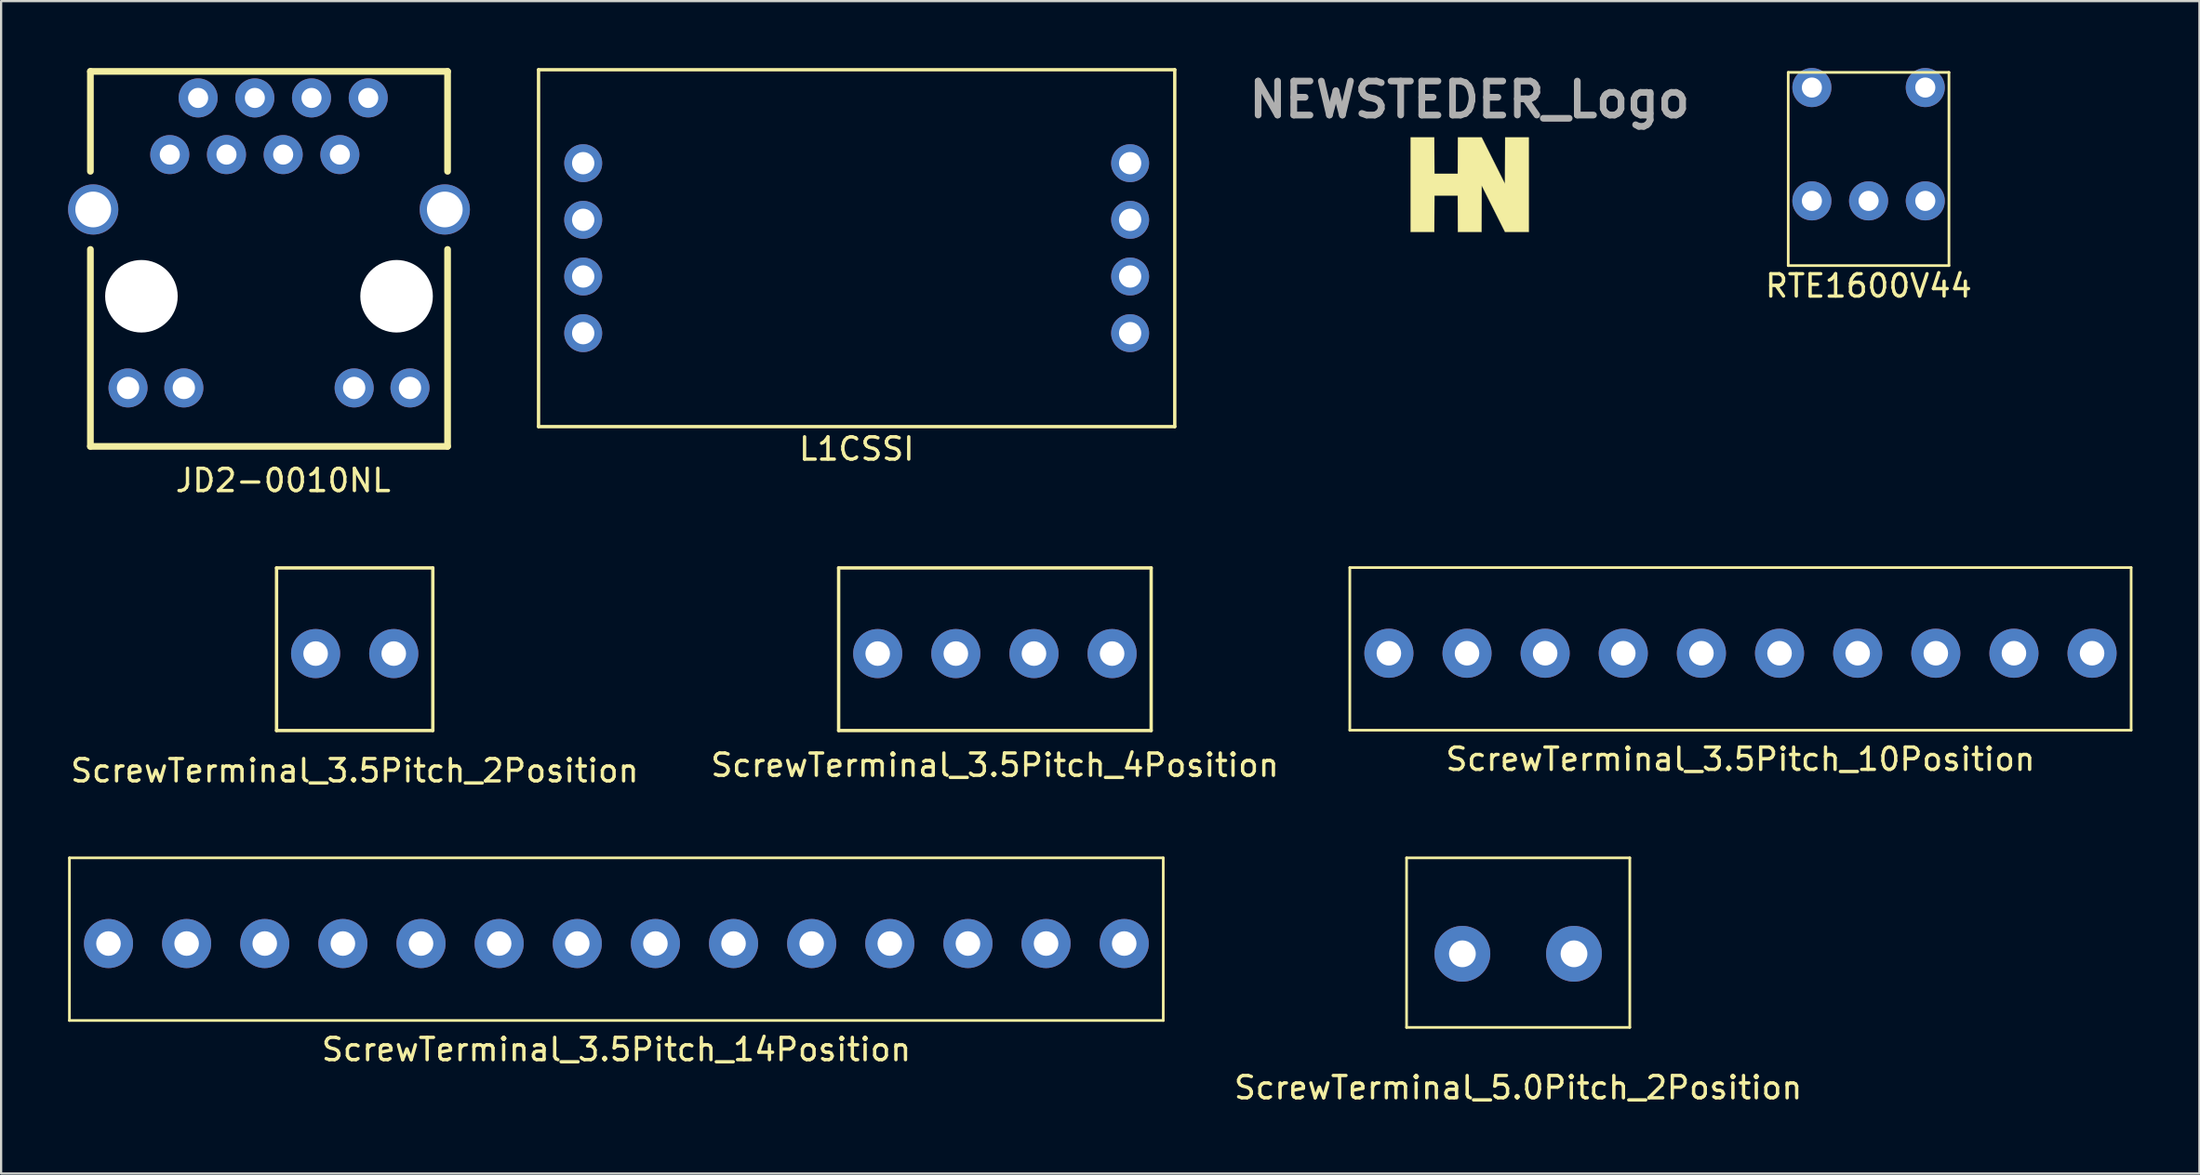
<source format=kicad_pcb>
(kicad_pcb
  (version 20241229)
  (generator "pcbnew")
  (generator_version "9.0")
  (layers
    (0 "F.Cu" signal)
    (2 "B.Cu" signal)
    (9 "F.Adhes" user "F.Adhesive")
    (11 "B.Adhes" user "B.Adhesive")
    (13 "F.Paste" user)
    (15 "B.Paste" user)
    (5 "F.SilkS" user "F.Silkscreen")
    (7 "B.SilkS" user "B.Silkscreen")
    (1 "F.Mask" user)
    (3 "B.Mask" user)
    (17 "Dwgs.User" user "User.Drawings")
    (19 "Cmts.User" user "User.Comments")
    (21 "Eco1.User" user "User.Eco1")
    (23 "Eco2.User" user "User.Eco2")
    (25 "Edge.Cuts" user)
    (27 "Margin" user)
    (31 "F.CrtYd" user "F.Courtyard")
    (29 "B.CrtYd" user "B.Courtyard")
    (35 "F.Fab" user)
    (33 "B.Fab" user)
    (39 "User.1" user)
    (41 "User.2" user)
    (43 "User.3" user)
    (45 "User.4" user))
  (footprint "ScrewTerminal_5.0Pitch_2Position"
    (layer "F.Cu")
    (at 64.959 39.706)
    (property "Reference" "ScrewTerminal_5.0Pitch_2Position" (at 0 6 0) (layer "F.SilkS") (effects (font (size 1 1) (thickness 0.15))))
    (attr through_hole)
    (fp_line (start -5 -4.3) (end -5 3.3) (stroke (width 0.12) (type solid)) (layer "F.SilkS"))
    (fp_line (start -5 -4.3) (end 5 -4.3) (stroke (width 0.12) (type solid)) (layer "F.SilkS"))
    (fp_line (start 5 -4.3) (end 5 3.3) (stroke (width 0.12) (type solid)) (layer "F.SilkS"))
    (fp_line (start 5 3.3) (end -5 3.3) (stroke (width 0.12) (type solid)) (layer "F.SilkS"))
    (pad "1" thru_hole circle (at 2.5 0) (size 2.5 2.5) (drill 1.2) (layers "*.Cu" "*.Mask"))
    (pad "2" thru_hole circle (at -2.5 0) (size 2.5 2.5) (drill 1.2) (layers "*.Cu" "*.Mask")))
  (footprint "RTE1600V44"
    (layer "F.Cu")
    (at 80.656 3.415)
    (property "Reference" "RTE1600V44" (at 0 6.35 0) (layer "F.SilkS") (effects (font (size 1 1) (thickness 0.15))))
    (attr through_hole)
    (fp_line (start -3.6 -3.22) (end -3.6 5.44) (stroke (width 0.12) (type solid)) (layer "F.SilkS"))
    (fp_line (start -3.6 -3.22) (end 3.6 -3.22) (stroke (width 0.12) (type solid)) (layer "F.SilkS"))
    (fp_line (start -3.6 5.44) (end 3.6 5.44) (stroke (width 0.12) (type solid)) (layer "F.SilkS"))
    (fp_line (start 3.6 -3.22) (end 3.6 5.44) (stroke (width 0.12) (type solid)) (layer "F.SilkS"))
    (pad "1" thru_hole circle (at -2.54 2.54) (size 1.75 1.75) (drill 0.9) (layers "*.Cu" "*.Mask"))
    (pad "2" thru_hole circle (at 2.54 -2.54) (size 1.75 1.75) (drill 0.9) (layers "*.Cu" "*.Mask"))
    (pad "4" thru_hole circle (at 2.54 2.54) (size 1.75 1.75) (drill 0.9) (layers "*.Cu" "*.Mask"))
    (pad "8" thru_hole circle (at -2.54 -2.54) (size 1.75 1.75) (drill 0.9) (layers "*.Cu" "*.Mask"))
    (pad "C" thru_hole circle (at 0 2.54) (size 1.75 1.75) (drill 0.9) (layers "*.Cu" "*.Mask")))
  (footprint "JD2-0010NL"
    (layer "F.Cu")
    (at 4.555 3.88)
    (property "Reference" "JD2-0010NL" (at 5.08 14.605 0) (layer "F.SilkS") (effects (font (size 1 1) (thickness 0.15))))
    (attr through_hole)
    (fp_line (start -3.555 -3.73) (end -3.555 0.75) (stroke (width 0.3) (type solid)) (layer "F.SilkS"))
    (fp_line (start -3.555 -3.73) (end 12.445 -3.73) (stroke (width 0.3) (type solid)) (layer "F.SilkS"))
    (fp_line (start -3.555 13.08) (end -3.555 4.25) (stroke (width 0.3) (type solid)) (layer "F.SilkS"))
    (fp_line (start -3.555 13.08) (end 12.445 13.08) (stroke (width 0.3) (type solid)) (layer "F.SilkS"))
    (fp_line (start 12.445 -3.73) (end 12.445 0.75) (stroke (width 0.3) (type solid)) (layer "F.SilkS"))
    (fp_line (start 12.445 13.08) (end 12.445 4.25) (stroke (width 0.3) (type solid)) (layer "F.SilkS"))
    (pad "" np_thru_hole circle (at -1.27 6.35) (size 3.25 3.25) (drill 3.25) (layers "*.Cu" "*.Mask"))
    (pad "" np_thru_hole circle (at 10.16 6.35) (size 3.25 3.25) (drill 3.25) (layers "*.Cu" "*.Mask"))
    (pad "1" thru_hole circle (at 0 0) (size 1.75 1.75) (drill 0.9) (layers "*.Cu" "*.Mask"))
    (pad "2" thru_hole circle (at 1.27 -2.54) (size 1.75 1.75) (drill 0.9) (layers "*.Cu" "*.Mask"))
    (pad "3" thru_hole circle (at 2.54 0) (size 1.75 1.75) (drill 0.9) (layers "*.Cu" "*.Mask"))
    (pad "4" thru_hole circle (at 3.81 -2.54) (size 1.75 1.75) (drill 0.9) (layers "*.Cu" "*.Mask"))
    (pad "5" thru_hole circle (at 5.08 0) (size 1.75 1.75) (drill 0.9) (layers "*.Cu" "*.Mask"))
    (pad "6" thru_hole circle (at 6.35 -2.54) (size 1.75 1.75) (drill 0.9) (layers "*.Cu" "*.Mask"))
    (pad "7" thru_hole circle (at 7.62 0) (size 1.75 1.75) (drill 0.9) (layers "*.Cu" "*.Mask"))
    (pad "8" thru_hole circle (at 8.89 -2.54) (size 1.75 1.75) (drill 0.9) (layers "*.Cu" "*.Mask"))
    (pad "9" thru_hole circle (at -1.87 10.46) (size 1.75 1.75) (drill 1) (layers "*.Cu" "*.Mask"))
    (pad "10" thru_hole circle (at 0.63 10.46) (size 1.75 1.75) (drill 1) (layers "*.Cu" "*.Mask"))
    (pad "11" thru_hole circle (at 8.26 10.46) (size 1.75 1.75) (drill 1) (layers "*.Cu" "*.Mask"))
    (pad "12" thru_hole circle (at 10.76 10.46) (size 1.75 1.75) (drill 1) (layers "*.Cu" "*.Mask"))
    (pad "SH" thru_hole circle (at -3.43 2.46) (size 2.25 2.25) (drill 1.6) (layers "*.Cu" "*.Mask"))
    (pad "SH" thru_hole circle (at 12.32 2.46) (size 2.25 2.25) (drill 1.6) (layers "*.Cu" "*.Mask")))
  (footprint "ScrewTerminal_3.5Pitch_10Position"
    (layer "F.Cu")
    (at 74.917 26.233)
    (property "Reference" "ScrewTerminal_3.5Pitch_10Position" (at 0 4.75 0) (layer "F.SilkS") (effects (font (size 1 1) (thickness 0.15))))
    (attr through_hole)
    (fp_line (start -17.5 -3.84) (end -17.5 3.45) (stroke (width 0.12) (type solid)) (layer "F.SilkS"))
    (fp_line (start -17.5 -3.84) (end 17.5 -3.84) (stroke (width 0.12) (type solid)) (layer "F.SilkS"))
    (fp_line (start 17.5 -3.84) (end 17.5 3.45) (stroke (width 0.12) (type solid)) (layer "F.SilkS"))
    (fp_line (start 17.5 3.45) (end -17.5 3.45) (stroke (width 0.12) (type solid)) (layer "F.SilkS"))
    (pad "1" thru_hole circle (at 15.75 0) (size 2.2 2.2) (drill 1.1) (layers "*.Cu" "*.Mask"))
    (pad "2" thru_hole circle (at 12.25 0) (size 2.2 2.2) (drill 1.1) (layers "*.Cu" "*.Mask"))
    (pad "3" thru_hole circle (at 8.75 0) (size 2.2 2.2) (drill 1.1) (layers "*.Cu" "*.Mask"))
    (pad "4" thru_hole circle (at 5.25 0) (size 2.2 2.2) (drill 1.1) (layers "*.Cu" "*.Mask"))
    (pad "5" thru_hole circle (at 1.75 0) (size 2.2 2.2) (drill 1.1) (layers "*.Cu" "*.Mask"))
    (pad "6" thru_hole circle (at -1.75 0) (size 2.2 2.2) (drill 1.1) (layers "*.Cu" "*.Mask"))
    (pad "7" thru_hole circle (at -5.25 0) (size 2.2 2.2) (drill 1.1) (layers "*.Cu" "*.Mask"))
    (pad "8" thru_hole circle (at -8.75 0) (size 2.2 2.2) (drill 1.1) (layers "*.Cu" "*.Mask"))
    (pad "9" thru_hole circle (at -12.25 0) (size 2.2 2.2) (drill 1.1) (layers "*.Cu" "*.Mask"))
    (pad "10" thru_hole circle (at -15.75 0) (size 2.2 2.2) (drill 1.1) (layers "*.Cu" "*.Mask")))
  (footprint "ScrewTerminal_3.5Pitch_14Position"
    (layer "F.Cu")
    (at 24.56 39.246)
    (property "Reference" "ScrewTerminal_3.5Pitch_14Position" (at 0 4.75 0) (layer "F.SilkS") (effects (font (size 1 1) (thickness 0.15))))
    (attr through_hole)
    (fp_line (start -24.5 -3.84) (end -24.5 3.45) (stroke (width 0.12) (type solid)) (layer "F.SilkS"))
    (fp_line (start -24.5 -3.84) (end 24.5 -3.84) (stroke (width 0.12) (type solid)) (layer "F.SilkS"))
    (fp_line (start 24.5 -3.84) (end 24.5 3.45) (stroke (width 0.12) (type solid)) (layer "F.SilkS"))
    (fp_line (start 24.5 3.45) (end -24.5 3.45) (stroke (width 0.12) (type solid)) (layer "F.SilkS"))
    (pad "1" thru_hole circle (at 22.75 0) (size 2.2 2.2) (drill 1.1) (layers "*.Cu" "*.Mask"))
    (pad "2" thru_hole circle (at 19.25 0) (size 2.2 2.2) (drill 1.1) (layers "*.Cu" "*.Mask"))
    (pad "3" thru_hole circle (at 15.75 0) (size 2.2 2.2) (drill 1.1) (layers "*.Cu" "*.Mask"))
    (pad "4" thru_hole circle (at 12.25 0) (size 2.2 2.2) (drill 1.1) (layers "*.Cu" "*.Mask"))
    (pad "5" thru_hole circle (at 8.75 0) (size 2.2 2.2) (drill 1.1) (layers "*.Cu" "*.Mask"))
    (pad "6" thru_hole circle (at 5.25 0) (size 2.2 2.2) (drill 1.1) (layers "*.Cu" "*.Mask"))
    (pad "7" thru_hole circle (at 1.75 0) (size 2.2 2.2) (drill 1.1) (layers "*.Cu" "*.Mask"))
    (pad "8" thru_hole circle (at -1.75 0) (size 2.2 2.2) (drill 1.1) (layers "*.Cu" "*.Mask"))
    (pad "9" thru_hole circle (at -5.25 0) (size 2.2 2.2) (drill 1.1) (layers "*.Cu" "*.Mask"))
    (pad "10" thru_hole circle (at -8.75 0) (size 2.2 2.2) (drill 1.1) (layers "*.Cu" "*.Mask"))
    (pad "11" thru_hole circle (at -12.25 0) (size 2.2 2.2) (drill 1.1) (layers "*.Cu" "*.Mask"))
    (pad "12" thru_hole circle (at -15.75 0) (size 2.2 2.2) (drill 1.1) (layers "*.Cu" "*.Mask"))
    (pad "13" thru_hole circle (at -19.25 0) (size 2.2 2.2) (drill 1.1) (layers "*.Cu" "*.Mask"))
    (pad "14" thru_hole circle (at -22.75 0) (size 2.2 2.2) (drill 1.1) (layers "*.Cu" "*.Mask")))
  (footprint "NEWSTEDER_Logo"
    (layer "F.Cu")
    (at 62.781 5.228)
    (property "Reference" "NEWSTEDER_Logo" (at 0 -3.81 0) (layer "F.Fab") (effects (font (size 1.524 1.524) (thickness 0.3))))
    (attr through_hole)
    (fp_poly (pts (xy -1.577 -1.302) (xy -1.573 -0.487) (xy -0.529 -0.487) (xy -0.526 -1.302) (xy -0.522 -2.117) (xy 0.543 -2.117) (xy 1.587 -0.035) (xy 1.595 -2.117) (xy 2.653 -2.117) (xy 2.653 2.117) (xy 1.587 2.117) (xy 1.065 1.076) (xy 0.543 0.035) (xy 0.54 1.076) (xy 0.536 2.117) (xy -0.522 2.117) (xy -0.526 1.302) (xy -0.529 0.487) (xy -1.573 0.487) (xy -1.577 1.302) (xy -1.581 2.117) (xy -2.639 2.117) (xy -2.639 -2.117) (xy -1.581 -2.117) (xy -1.577 -1.302)) (stroke (width 0.01) (type solid)) (fill yes) (layer "F.SilkS")))
  (footprint "ScrewTerminal_3.5Pitch_4Position"
    (layer "F.Cu")
    (at 41.518 26.248)
    (property "Reference" "ScrewTerminal_3.5Pitch_4Position" (at 0 5 0) (layer "F.SilkS") (effects (font (size 1 1) (thickness 0.15))))
    (attr through_hole)
    (fp_line (start -7 -3.84) (end 7 -3.84) (stroke (width 0.15) (type solid)) (layer "F.SilkS"))
    (fp_line (start -7 3.45) (end -7 -3.84) (stroke (width 0.15) (type solid)) (layer "F.SilkS"))
    (fp_line (start 7 3.45) (end -7 3.45) (stroke (width 0.15) (type solid)) (layer "F.SilkS"))
    (fp_line (start 7 3.45) (end 7 -3.84) (stroke (width 0.15) (type solid)) (layer "F.SilkS"))
    (pad "1" thru_hole circle (at 5.25 0) (size 2.2 2.2) (drill 1.1) (layers "*.Cu" "*.Mask"))
    (pad "2" thru_hole circle (at 1.75 0) (size 2.2 2.2) (drill 1.1) (layers "*.Cu" "*.Mask"))
    (pad "3" thru_hole circle (at -1.75 0) (size 2.2 2.2) (drill 1.1) (layers "*.Cu" "*.Mask"))
    (pad "4" thru_hole circle (at -5.25 0) (size 2.2 2.2) (drill 1.1) (layers "*.Cu" "*.Mask")))
  (footprint "ScrewTerminal_3.5Pitch_2Position"
    (layer "F.Cu")
    (at 12.839 26.248)
    (property "Reference" "ScrewTerminal_3.5Pitch_2Position" (at 0 5.25 0) (layer "F.SilkS") (effects (font (size 1 1) (thickness 0.15))))
    (attr through_hole)
    (fp_line (start -3.5 -3.84) (end -3.5 3.45) (stroke (width 0.15) (type solid)) (layer "F.SilkS"))
    (fp_line (start -3.5 -3.84) (end 3.5 -3.84) (stroke (width 0.15) (type solid)) (layer "F.SilkS"))
    (fp_line (start -3.5 3.45) (end 3.5 3.45) (stroke (width 0.15) (type solid)) (layer "F.SilkS"))
    (fp_line (start 3.5 3.45) (end 3.5 -3.84) (stroke (width 0.15) (type solid)) (layer "F.SilkS"))
    (pad "1" thru_hole circle (at 1.75 0) (size 2.2 2.2) (drill 1.1) (layers "*.Cu" "*.Mask"))
    (pad "2" thru_hole circle (at -1.75 0) (size 2.2 2.2) (drill 1.1) (layers "*.Cu" "*.Mask")))
  (footprint "L1CSSI"
    (layer "F.Cu")
    (at 35.325 8.075)
    (property "Reference" "L1CSSI" (at 0 9 0) (layer "F.SilkS") (effects (font (size 1 1) (thickness 0.15))))
    (attr through_hole)
    (fp_line (start -14.25 -8) (end -14.25 8) (stroke (width 0.15) (type solid)) (layer "F.SilkS"))
    (fp_line (start -14.25 8) (end 14.25 8) (stroke (width 0.15) (type solid)) (layer "F.SilkS"))
    (fp_line (start 14.25 -8) (end -14.25 -8) (stroke (width 0.15) (type solid)) (layer "F.SilkS"))
    (fp_line (start 14.25 8) (end 14.25 -8) (stroke (width 0.15) (type solid)) (layer "F.SilkS"))
    (pad "1" thru_hole circle (at -12.25 -3.81) (size 1.7 1.7) (drill 1) (layers "*.Cu" "*.Mask"))
    (pad "2" thru_hole circle (at -12.25 -1.27) (size 1.7 1.7) (drill 1) (layers "*.Cu" "*.Mask"))
    (pad "3" thru_hole circle (at -12.25 1.27) (size 1.7 1.7) (drill 1) (layers "*.Cu" "*.Mask"))
    (pad "4" thru_hole circle (at -12.25 3.81) (size 1.7 1.7) (drill 1) (layers "*.Cu" "*.Mask"))
    (pad "5" thru_hole circle (at 12.25 3.81) (size 1.7 1.7) (drill 1) (layers "*.Cu" "*.Mask"))
    (pad "6" thru_hole circle (at 12.25 1.27) (size 1.7 1.7) (drill 1) (layers "*.Cu" "*.Mask"))
    (pad "7" thru_hole circle (at 12.25 -1.27) (size 1.7 1.7) (drill 1) (layers "*.Cu" "*.Mask"))
    (pad "8" thru_hole circle (at 12.25 -3.81) (size 1.7 1.7) (drill 1) (layers "*.Cu" "*.Mask")))
  (gr_rect
    (start -3 -3)
    (end 95.477 49.555)
    (stroke (width 0.1) (type default))
    (fill no)
    (layer "Edge.Cuts")))
</source>
